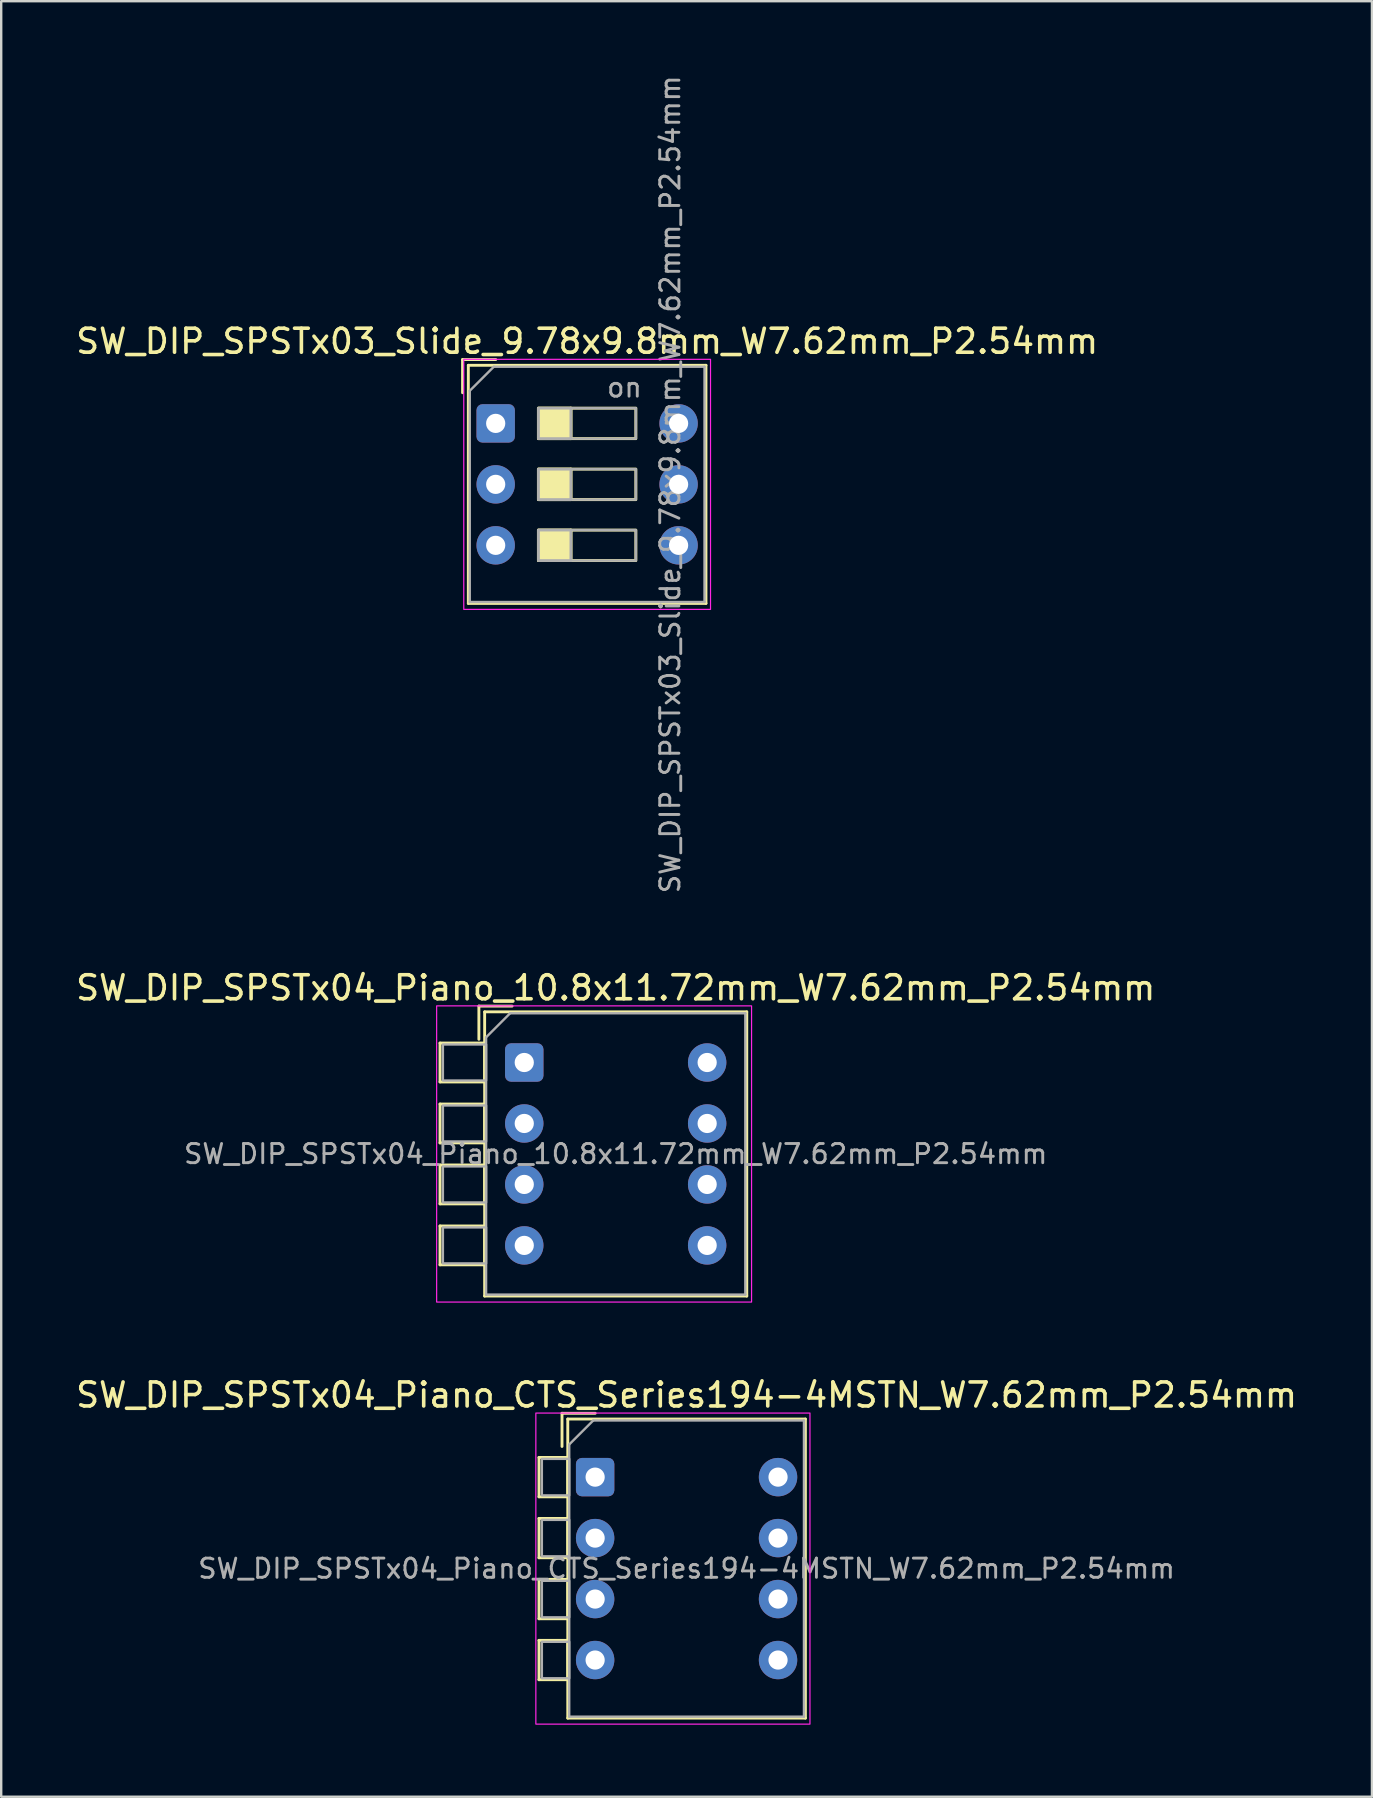
<source format=kicad_pcb>
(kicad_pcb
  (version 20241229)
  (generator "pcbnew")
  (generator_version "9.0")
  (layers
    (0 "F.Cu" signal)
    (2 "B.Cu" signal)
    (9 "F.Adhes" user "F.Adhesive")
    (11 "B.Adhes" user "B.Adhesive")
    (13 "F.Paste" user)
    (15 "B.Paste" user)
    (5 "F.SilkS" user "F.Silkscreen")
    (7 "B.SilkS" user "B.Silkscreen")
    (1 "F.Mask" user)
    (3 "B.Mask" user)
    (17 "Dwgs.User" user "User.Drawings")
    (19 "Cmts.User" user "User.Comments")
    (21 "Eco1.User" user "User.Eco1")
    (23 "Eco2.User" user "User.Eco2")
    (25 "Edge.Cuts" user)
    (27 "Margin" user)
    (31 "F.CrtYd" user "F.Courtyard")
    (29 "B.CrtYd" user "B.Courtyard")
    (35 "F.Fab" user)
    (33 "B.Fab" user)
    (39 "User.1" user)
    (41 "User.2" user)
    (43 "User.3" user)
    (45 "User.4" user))
  (footprint "SW_DIP_SPSTx04_Piano_CTS_Series194-4MSTN_W7.62mm_P2.54mm"
    (layer "F.Cu")
    (at 21.744 58.489)
    (property "Reference" "SW_DIP_SPSTx04_Piano_CTS_Series194-4MSTN_W7.62mm_P2.54mm" (at 3.81 -3.42 0) (layer "F.SilkS") (effects (font (size 1 1) (thickness 0.15))))
    (attr through_hole)
    (fp_line (start -2.34 -0.82) (end -1.14 -0.82) (stroke (width 0.12) (type solid)) (layer "F.SilkS"))
    (fp_line (start -2.34 0.82) (end -2.34 -0.82) (stroke (width 0.12) (type solid)) (layer "F.SilkS"))
    (fp_line (start -2.34 1.72) (end -1.14 1.72) (stroke (width 0.12) (type solid)) (layer "F.SilkS"))
    (fp_line (start -2.34 3.36) (end -2.34 1.72) (stroke (width 0.12) (type solid)) (layer "F.SilkS"))
    (fp_line (start -2.34 4.26) (end -1.14 4.26) (stroke (width 0.12) (type solid)) (layer "F.SilkS"))
    (fp_line (start -2.34 5.9) (end -2.34 4.26) (stroke (width 0.12) (type solid)) (layer "F.SilkS"))
    (fp_line (start -2.34 6.8) (end -1.14 6.8) (stroke (width 0.12) (type solid)) (layer "F.SilkS"))
    (fp_line (start -2.34 8.44) (end -2.34 6.8) (stroke (width 0.12) (type solid)) (layer "F.SilkS"))
    (fp_line (start -1.38 -2.66) (end -1.38 -1.277) (stroke (width 0.12) (type solid)) (layer "F.SilkS"))
    (fp_line (start -1.38 -2.66) (end 0.003 -2.66) (stroke (width 0.12) (type solid)) (layer "F.SilkS"))
    (fp_line (start -1.14 -2.42) (end -1.14 10.04) (stroke (width 0.12) (type solid)) (layer "F.SilkS"))
    (fp_line (start -1.14 -2.42) (end 8.76 -2.42) (stroke (width 0.12) (type solid)) (layer "F.SilkS"))
    (fp_line (start -1.14 -0.82) (end -1.14 0.82) (stroke (width 0.12) (type solid)) (layer "F.SilkS"))
    (fp_line (start -1.14 0.82) (end -2.34 0.82) (stroke (width 0.12) (type solid)) (layer "F.SilkS"))
    (fp_line (start -1.14 1.72) (end -1.14 3.36) (stroke (width 0.12) (type solid)) (layer "F.SilkS"))
    (fp_line (start -1.14 3.36) (end -2.34 3.36) (stroke (width 0.12) (type solid)) (layer "F.SilkS"))
    (fp_line (start -1.14 4.26) (end -1.14 5.9) (stroke (width 0.12) (type solid)) (layer "F.SilkS"))
    (fp_line (start -1.14 5.9) (end -2.34 5.9) (stroke (width 0.12) (type solid)) (layer "F.SilkS"))
    (fp_line (start -1.14 6.8) (end -1.14 8.44) (stroke (width 0.12) (type solid)) (layer "F.SilkS"))
    (fp_line (start -1.14 8.44) (end -2.34 8.44) (stroke (width 0.12) (type solid)) (layer "F.SilkS"))
    (fp_line (start -1.14 10.04) (end 8.76 10.04) (stroke (width 0.12) (type solid)) (layer "F.SilkS"))
    (fp_line (start 8.76 -2.42) (end 8.76 10.04) (stroke (width 0.12) (type solid)) (layer "F.SilkS"))
    (fp_rect (start -2.47 -2.67) (end 8.95 10.29) (stroke (width 0.05) (type solid)) (fill no) (layer "F.CrtYd"))
    (fp_line (start -1.08 -1.36) (end -0.08 -2.36) (stroke (width 0.1) (type solid)) (layer "F.Fab"))
    (fp_line (start -1.08 9.98) (end -1.08 -1.36) (stroke (width 0.1) (type solid)) (layer "F.Fab"))
    (fp_line (start -0.08 -2.36) (end 8.7 -2.36) (stroke (width 0.1) (type solid)) (layer "F.Fab"))
    (fp_line (start 8.7 -2.36) (end 8.7 9.98) (stroke (width 0.1) (type solid)) (layer "F.Fab"))
    (fp_line (start 8.7 9.98) (end -1.08 9.98) (stroke (width 0.1) (type solid)) (layer "F.Fab"))
    (fp_rect (start -2.22 -0.76) (end -1.08 0.76) (stroke (width 0.1) (type solid)) (fill no) (layer "F.Fab"))
    (fp_rect (start -2.22 1.78) (end -1.08 3.3) (stroke (width 0.1) (type solid)) (fill no) (layer "F.Fab"))
    (fp_rect (start -2.22 4.32) (end -1.08 5.84) (stroke (width 0.1) (type solid)) (fill no) (layer "F.Fab"))
    (fp_rect (start -2.22 6.86) (end -1.08 8.38) (stroke (width 0.1) (type solid)) (fill no) (layer "F.Fab"))
    (fp_text user "${REFERENCE}" (at 3.81 3.81 0) (layer "F.Fab") (effects (font (size 0.8 0.8) (thickness 0.12))))
    (pad "1" thru_hole roundrect (at 0 0) (size 1.6 1.6) (drill 0.8) (layers "*.Cu" "*.Mask") (roundrect_rratio 0.156))
    (pad "2" thru_hole circle (at 0 2.54) (size 1.6 1.6) (drill 0.8) (layers "*.Cu" "*.Mask"))
    (pad "3" thru_hole circle (at 0 5.08) (size 1.6 1.6) (drill 0.8) (layers "*.Cu" "*.Mask"))
    (pad "4" thru_hole circle (at 0 7.62) (size 1.6 1.6) (drill 0.8) (layers "*.Cu" "*.Mask"))
    (pad "5" thru_hole circle (at 7.62 7.62) (size 1.6 1.6) (drill 0.8) (layers "*.Cu" "*.Mask"))
    (pad "6" thru_hole circle (at 7.62 5.08) (size 1.6 1.6) (drill 0.8) (layers "*.Cu" "*.Mask"))
    (pad "7" thru_hole circle (at 7.62 2.54) (size 1.6 1.6) (drill 0.8) (layers "*.Cu" "*.Mask"))
    (pad "8" thru_hole circle (at 7.62 0) (size 1.6 1.6) (drill 0.8) (layers "*.Cu" "*.Mask")))
  (footprint "SW_DIP_SPSTx04_Piano_10.8x11.72mm_W7.62mm_P2.54mm"
    (layer "F.Cu")
    (at 18.791 41.215)
    (property "Reference" "SW_DIP_SPSTx04_Piano_10.8x11.72mm_W7.62mm_P2.54mm" (at 3.81 -3.11 0) (layer "F.SilkS") (effects (font (size 1 1) (thickness 0.15))))
    (attr through_hole)
    (fp_line (start -3.51 -0.81) (end -1.65 -0.81) (stroke (width 0.12) (type solid)) (layer "F.SilkS"))
    (fp_line (start -3.51 0.81) (end -3.51 -0.81) (stroke (width 0.12) (type solid)) (layer "F.SilkS"))
    (fp_line (start -3.51 1.73) (end -1.65 1.73) (stroke (width 0.12) (type solid)) (layer "F.SilkS"))
    (fp_line (start -3.51 3.35) (end -3.51 1.73) (stroke (width 0.12) (type solid)) (layer "F.SilkS"))
    (fp_line (start -3.51 4.27) (end -1.65 4.27) (stroke (width 0.12) (type solid)) (layer "F.SilkS"))
    (fp_line (start -3.51 5.89) (end -3.51 4.27) (stroke (width 0.12) (type solid)) (layer "F.SilkS"))
    (fp_line (start -3.51 6.81) (end -1.65 6.81) (stroke (width 0.12) (type solid)) (layer "F.SilkS"))
    (fp_line (start -3.51 8.43) (end -3.51 6.81) (stroke (width 0.12) (type solid)) (layer "F.SilkS"))
    (fp_line (start -1.89 -2.35) (end -1.89 -0.967) (stroke (width 0.12) (type solid)) (layer "F.SilkS"))
    (fp_line (start -1.89 -2.35) (end -0.507 -2.35) (stroke (width 0.12) (type solid)) (layer "F.SilkS"))
    (fp_line (start -1.65 -2.11) (end -1.65 9.73) (stroke (width 0.12) (type solid)) (layer "F.SilkS"))
    (fp_line (start -1.65 -2.11) (end 9.27 -2.11) (stroke (width 0.12) (type solid)) (layer "F.SilkS"))
    (fp_line (start -1.65 -0.81) (end -1.65 0.81) (stroke (width 0.12) (type solid)) (layer "F.SilkS"))
    (fp_line (start -1.65 0.81) (end -3.51 0.81) (stroke (width 0.12) (type solid)) (layer "F.SilkS"))
    (fp_line (start -1.65 1.73) (end -1.65 3.35) (stroke (width 0.12) (type solid)) (layer "F.SilkS"))
    (fp_line (start -1.65 3.35) (end -3.51 3.35) (stroke (width 0.12) (type solid)) (layer "F.SilkS"))
    (fp_line (start -1.65 4.27) (end -1.65 5.89) (stroke (width 0.12) (type solid)) (layer "F.SilkS"))
    (fp_line (start -1.65 5.89) (end -3.51 5.89) (stroke (width 0.12) (type solid)) (layer "F.SilkS"))
    (fp_line (start -1.65 6.81) (end -1.65 8.43) (stroke (width 0.12) (type solid)) (layer "F.SilkS"))
    (fp_line (start -1.65 8.43) (end -3.51 8.43) (stroke (width 0.12) (type solid)) (layer "F.SilkS"))
    (fp_line (start -1.65 9.73) (end 9.27 9.73) (stroke (width 0.12) (type solid)) (layer "F.SilkS"))
    (fp_line (start 9.27 -2.11) (end 9.27 9.73) (stroke (width 0.12) (type solid)) (layer "F.SilkS"))
    (fp_rect (start -3.65 -2.36) (end 9.47 9.98) (stroke (width 0.05) (type solid)) (fill no) (layer "F.CrtYd"))
    (fp_line (start -1.59 -1.05) (end -0.59 -2.05) (stroke (width 0.1) (type solid)) (layer "F.Fab"))
    (fp_line (start -1.59 9.67) (end -1.59 -1.05) (stroke (width 0.1) (type solid)) (layer "F.Fab"))
    (fp_line (start -0.59 -2.05) (end 9.21 -2.05) (stroke (width 0.1) (type solid)) (layer "F.Fab"))
    (fp_line (start 9.21 -2.05) (end 9.21 9.67) (stroke (width 0.1) (type solid)) (layer "F.Fab"))
    (fp_line (start 9.21 9.67) (end -1.59 9.67) (stroke (width 0.1) (type solid)) (layer "F.Fab"))
    (fp_rect (start -3.39 -0.75) (end -1.59 0.75) (stroke (width 0.1) (type solid)) (fill no) (layer "F.Fab"))
    (fp_rect (start -3.39 1.79) (end -1.59 3.29) (stroke (width 0.1) (type solid)) (fill no) (layer "F.Fab"))
    (fp_rect (start -3.39 4.33) (end -1.59 5.83) (stroke (width 0.1) (type solid)) (fill no) (layer "F.Fab"))
    (fp_rect (start -3.39 6.87) (end -1.59 8.37) (stroke (width 0.1) (type solid)) (fill no) (layer "F.Fab"))
    (fp_text user "${REFERENCE}" (at 3.81 3.81 0) (layer "F.Fab") (effects (font (size 0.8 0.8) (thickness 0.12))))
    (pad "1" thru_hole roundrect (at 0 0) (size 1.6 1.6) (drill 0.8) (layers "*.Cu" "*.Mask") (roundrect_rratio 0.156))
    (pad "2" thru_hole circle (at 0 2.54) (size 1.6 1.6) (drill 0.8) (layers "*.Cu" "*.Mask"))
    (pad "3" thru_hole circle (at 0 5.08) (size 1.6 1.6) (drill 0.8) (layers "*.Cu" "*.Mask"))
    (pad "4" thru_hole circle (at 0 7.62) (size 1.6 1.6) (drill 0.8) (layers "*.Cu" "*.Mask"))
    (pad "5" thru_hole circle (at 7.62 7.62) (size 1.6 1.6) (drill 0.8) (layers "*.Cu" "*.Mask"))
    (pad "6" thru_hole circle (at 7.62 5.08) (size 1.6 1.6) (drill 0.8) (layers "*.Cu" "*.Mask"))
    (pad "7" thru_hole circle (at 7.62 2.54) (size 1.6 1.6) (drill 0.8) (layers "*.Cu" "*.Mask"))
    (pad "8" thru_hole circle (at 7.62 0) (size 1.6 1.6) (drill 0.8) (layers "*.Cu" "*.Mask")))
  (footprint "SW_DIP_SPSTx03_Slide_9.78x9.8mm_W7.62mm_P2.54mm"
    (layer "F.Cu")
    (at 17.601 14.589)
    (property "Reference" "SW_DIP_SPSTx03_Slide_9.78x9.8mm_W7.62mm_P2.54mm" (at 3.81 -3.42 0) (layer "F.SilkS") (effects (font (size 1 1) (thickness 0.15))))
    (attr through_hole)
    (fp_line (start -1.38 -2.66) (end -1.38 -1.277) (stroke (width 0.12) (type solid)) (layer "F.SilkS"))
    (fp_line (start -1.38 -2.66) (end 0.003 -2.66) (stroke (width 0.12) (type solid)) (layer "F.SilkS"))
    (fp_line (start -1.14 -2.42) (end -1.14 7.5) (stroke (width 0.12) (type solid)) (layer "F.SilkS"))
    (fp_line (start -1.14 -2.42) (end 8.76 -2.42) (stroke (width 0.12) (type solid)) (layer "F.SilkS"))
    (fp_line (start -1.14 7.5) (end 8.76 7.5) (stroke (width 0.12) (type solid)) (layer "F.SilkS"))
    (fp_line (start 3.133 -0.635) (end 3.133 0.635) (stroke (width 0.12) (type solid)) (layer "F.SilkS"))
    (fp_line (start 3.133 1.905) (end 3.133 3.175) (stroke (width 0.12) (type solid)) (layer "F.SilkS"))
    (fp_line (start 3.133 4.445) (end 3.133 5.715) (stroke (width 0.12) (type solid)) (layer "F.SilkS"))
    (fp_line (start 8.76 -2.42) (end 8.76 7.5) (stroke (width 0.12) (type solid)) (layer "F.SilkS"))
    (fp_rect (start 1.78 -0.635) (end 3.133 0.635) (stroke (width 0.12) (type solid)) (fill yes) (layer "F.SilkS"))
    (fp_rect (start 1.78 -0.635) (end 5.84 0.635) (stroke (width 0.12) (type solid)) (fill no) (layer "F.SilkS"))
    (fp_rect (start 1.78 1.905) (end 3.133 3.175) (stroke (width 0.12) (type solid)) (fill yes) (layer "F.SilkS"))
    (fp_rect (start 1.78 1.905) (end 5.84 3.175) (stroke (width 0.12) (type solid)) (fill no) (layer "F.SilkS"))
    (fp_rect (start 1.78 4.445) (end 3.133 5.715) (stroke (width 0.12) (type solid)) (fill yes) (layer "F.SilkS"))
    (fp_rect (start 1.78 4.445) (end 5.84 5.715) (stroke (width 0.12) (type solid)) (fill no) (layer "F.SilkS"))
    (fp_rect (start -1.33 -2.67) (end 8.95 7.75) (stroke (width 0.05) (type solid)) (fill no) (layer "F.CrtYd"))
    (fp_line (start -1.08 -1.36) (end -0.08 -2.36) (stroke (width 0.1) (type solid)) (layer "F.Fab"))
    (fp_line (start -1.08 7.44) (end -1.08 -1.36) (stroke (width 0.1) (type solid)) (layer "F.Fab"))
    (fp_line (start -0.08 -2.36) (end 8.7 -2.36) (stroke (width 0.1) (type solid)) (layer "F.Fab"))
    (fp_line (start 3.133 -0.635) (end 3.133 0.635) (stroke (width 0.1) (type solid)) (layer "F.Fab"))
    (fp_line (start 3.133 1.905) (end 3.133 3.175) (stroke (width 0.1) (type solid)) (layer "F.Fab"))
    (fp_line (start 3.133 4.445) (end 3.133 5.715) (stroke (width 0.1) (type solid)) (layer "F.Fab"))
    (fp_line (start 8.7 -2.36) (end 8.7 7.44) (stroke (width 0.1) (type solid)) (layer "F.Fab"))
    (fp_line (start 8.7 7.44) (end -1.08 7.44) (stroke (width 0.1) (type solid)) (layer "F.Fab"))
    (fp_rect (start 1.78 -0.635) (end 3.133 0.635) (stroke (width 0.1) (type solid)) (fill no) (layer "F.Fab"))
    (fp_rect (start 1.78 -0.635) (end 5.84 0.635) (stroke (width 0.1) (type solid)) (fill no) (layer "F.Fab"))
    (fp_rect (start 1.78 1.905) (end 3.133 3.175) (stroke (width 0.1) (type solid)) (fill no) (layer "F.Fab"))
    (fp_rect (start 1.78 1.905) (end 5.84 3.175) (stroke (width 0.1) (type solid)) (fill no) (layer "F.Fab"))
    (fp_rect (start 1.78 4.445) (end 3.133 5.715) (stroke (width 0.1) (type solid)) (fill no) (layer "F.Fab"))
    (fp_rect (start 1.78 4.445) (end 5.84 5.715) (stroke (width 0.1) (type solid)) (fill no) (layer "F.Fab"))
    (fp_text user "${REFERENCE}" (at 7.27 2.54 90) (layer "F.Fab") (effects (font (size 0.8 0.8) (thickness 0.12))))
    (fp_text user "on" (at 5.365 -1.498 0) (layer "F.Fab") (effects (font (size 0.8 0.8) (thickness 0.12))))
    (pad "1" thru_hole roundrect (at 0 0) (size 1.6 1.6) (drill 0.8) (layers "*.Cu" "*.Mask") (roundrect_rratio 0.156))
    (pad "2" thru_hole circle (at 0 2.54) (size 1.6 1.6) (drill 0.8) (layers "*.Cu" "*.Mask"))
    (pad "3" thru_hole circle (at 0 5.08) (size 1.6 1.6) (drill 0.8) (layers "*.Cu" "*.Mask"))
    (pad "4" thru_hole circle (at 7.62 5.08) (size 1.6 1.6) (drill 0.8) (layers "*.Cu" "*.Mask"))
    (pad "5" thru_hole circle (at 7.62 2.54) (size 1.6 1.6) (drill 0.8) (layers "*.Cu" "*.Mask"))
    (pad "6" thru_hole circle (at 7.62 0) (size 1.6 1.6) (drill 0.8) (layers "*.Cu" "*.Mask")))
  (gr_rect
    (start -3 -3)
    (end 54.107 71.804)
    (stroke (width 0.1) (type default))
    (fill no)
    (layer "Edge.Cuts")))
</source>
